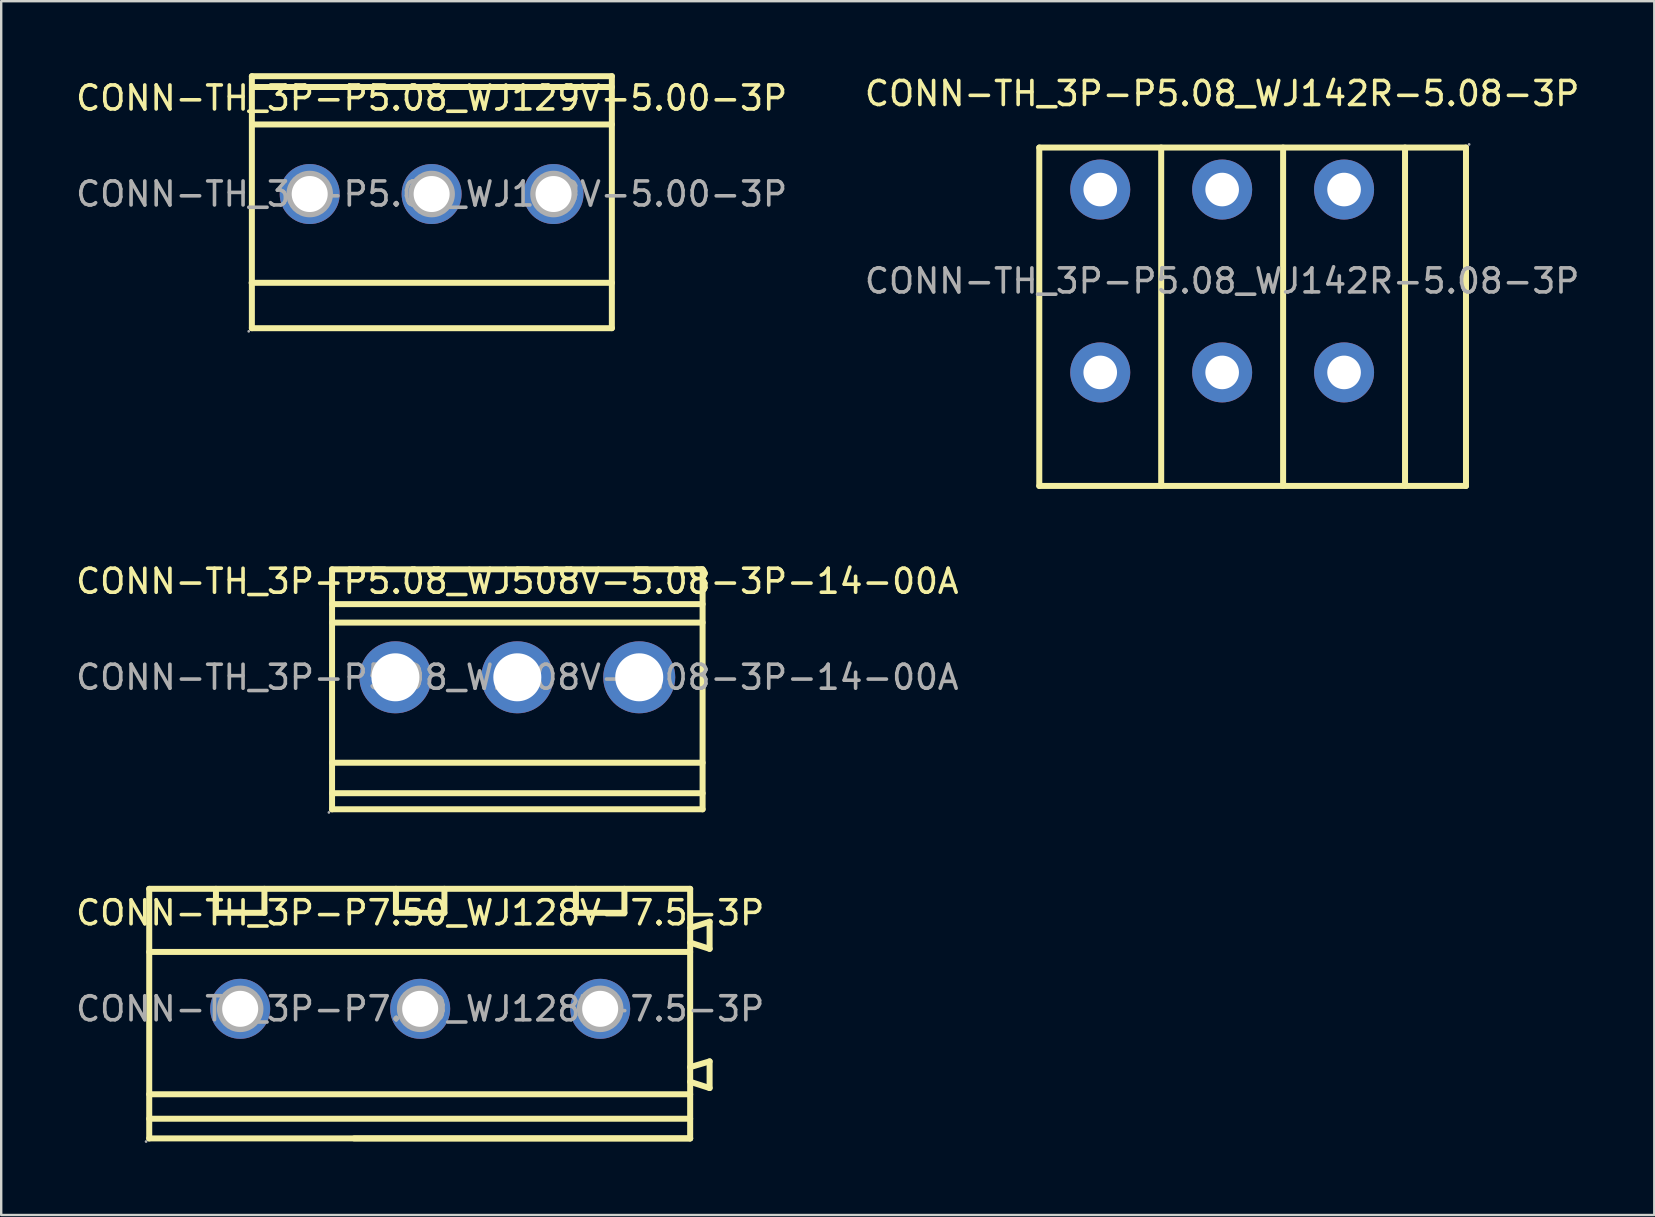
<source format=kicad_pcb>
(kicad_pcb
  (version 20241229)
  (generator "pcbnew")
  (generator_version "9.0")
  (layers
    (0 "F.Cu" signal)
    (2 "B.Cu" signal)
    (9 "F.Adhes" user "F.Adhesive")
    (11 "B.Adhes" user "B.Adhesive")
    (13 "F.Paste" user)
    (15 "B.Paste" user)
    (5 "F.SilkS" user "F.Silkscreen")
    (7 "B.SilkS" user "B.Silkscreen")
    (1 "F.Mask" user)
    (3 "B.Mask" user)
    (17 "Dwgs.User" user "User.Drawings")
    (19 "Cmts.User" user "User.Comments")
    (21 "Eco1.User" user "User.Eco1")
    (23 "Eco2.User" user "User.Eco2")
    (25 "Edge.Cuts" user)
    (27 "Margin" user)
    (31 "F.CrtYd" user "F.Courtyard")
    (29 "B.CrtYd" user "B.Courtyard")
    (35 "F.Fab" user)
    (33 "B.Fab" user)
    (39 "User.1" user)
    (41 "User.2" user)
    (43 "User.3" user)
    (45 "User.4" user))
  (footprint "CONN-TH_3P-P7.50_WJ128V-7.5-3P"
    (layer "F.Cu")
    (at 14.458 38.986)
    (property "Reference" "CONN-TH_3P-P7.50_WJ128V-7.5-3P" (at 0 -4 0) (layer "F.SilkS") (effects (font (size 1 1) (thickness 0.15))))
    (attr through_hole)
    (fp_line (start -11.29 -5) (end 11.25 -5) (stroke (width 0.25) (type solid)) (layer "F.SilkS"))
    (fp_line (start -11.29 -2.37) (end 11.25 -2.37) (stroke (width 0.25) (type solid)) (layer "F.SilkS"))
    (fp_line (start -11.29 5.4) (end -11.29 -5) (stroke (width 0.25) (type solid)) (layer "F.SilkS"))
    (fp_line (start -11.29 5.4) (end 11.25 5.4) (stroke (width 0.25) (type solid)) (layer "F.SilkS"))
    (fp_line (start -8.51 -4) (end -8.51 -5) (stroke (width 0.25) (type solid)) (layer "F.SilkS"))
    (fp_line (start -6.49 -5) (end -6.49 -4) (stroke (width 0.25) (type solid)) (layer "F.SilkS"))
    (fp_line (start -6.49 -4) (end -8.51 -4) (stroke (width 0.25) (type solid)) (layer "F.SilkS"))
    (fp_line (start -2.75 5.4) (end 11.25 5.4) (stroke (width 0.25) (type solid)) (layer "F.SilkS"))
    (fp_line (start -1.01 -4) (end -1.01 -5) (stroke (width 0.25) (type solid)) (layer "F.SilkS"))
    (fp_line (start 1.01 -5) (end 1.01 -4) (stroke (width 0.25) (type solid)) (layer "F.SilkS"))
    (fp_line (start 1.01 -4) (end -1.01 -4) (stroke (width 0.25) (type solid)) (layer "F.SilkS"))
    (fp_line (start 6.49 -5) (end 6.49 -4) (stroke (width 0.25) (type solid)) (layer "F.SilkS"))
    (fp_line (start 6.49 -4) (end 8.51 -4) (stroke (width 0.25) (type solid)) (layer "F.SilkS"))
    (fp_line (start 8.51 -4) (end 8.51 -5) (stroke (width 0.25) (type solid)) (layer "F.SilkS"))
    (fp_line (start 11.25 -3.37) (end 12.06 -3.63) (stroke (width 0.25) (type solid)) (layer "F.SilkS"))
    (fp_line (start 11.25 2.43) (end 12.06 2.19) (stroke (width 0.25) (type solid)) (layer "F.SilkS"))
    (fp_line (start 11.25 3.56) (end -11.29 3.56) (stroke (width 0.25) (type solid)) (layer "F.SilkS"))
    (fp_line (start 11.25 4.58) (end -11.29 4.58) (stroke (width 0.25) (type solid)) (layer "F.SilkS"))
    (fp_line (start 11.25 5.4) (end 11.25 -5) (stroke (width 0.25) (type solid)) (layer "F.SilkS"))
    (fp_line (start 12.06 -3.63) (end 12.06 -2.5) (stroke (width 0.25) (type solid)) (layer "F.SilkS"))
    (fp_line (start 12.06 -2.5) (end 11.25 -2.76) (stroke (width 0.25) (type solid)) (layer "F.SilkS"))
    (fp_line (start 12.06 3.3) (end 11.25 3.04) (stroke (width 0.25) (type solid)) (layer "F.SilkS"))
    (fp_line (start 12.06 3.3) (end 12.06 2.19) (stroke (width 0.25) (type solid)) (layer "F.SilkS"))
    (fp_circle (center -11.42 5.53) (end -11.39 5.53) (stroke (width 0.06) (type solid)) (fill no) (layer "F.Fab"))
    (fp_circle (center -7.5 0) (end -7.18 0) (stroke (width 0.65) (type solid)) (fill no) (layer "F.Fab"))
    (fp_circle (center 0 0) (end 0.32 0) (stroke (width 0.65) (type solid)) (fill no) (layer "F.Fab"))
    (fp_circle (center 7.5 0) (end 7.82 0) (stroke (width 0.65) (type solid)) (fill no) (layer "F.Fab"))
    (fp_text user "${REFERENCE}" (at 0 0 0) (layer "F.Fab") (effects (font (size 1 1) (thickness 0.15))))
    (pad "1" thru_hole circle (at -7.5 0) (size 2.5 2.5) (drill 1.5) (layers "*.Cu" "*.Paste" "*.Mask"))
    (pad "2" thru_hole circle (at 0 0) (size 2.5 2.5) (drill 1.5) (layers "*.Cu" "*.Paste" "*.Mask"))
    (pad "3" thru_hole circle (at 7.5 0) (size 2.5 2.5) (drill 1.5) (layers "*.Cu" "*.Paste" "*.Mask")))
  (footprint "CONN-TH_3P-P5.08_WJ142R-5.08-3P"
    (layer "F.Cu")
    (at 47.875 8.658)
    (property "Reference" "CONN-TH_3P-P5.08_WJ142R-5.08-3P" (at 0 -7.81 0) (layer "F.SilkS") (effects (font (size 1 1) (thickness 0.15))))
    (attr through_hole)
    (fp_line (start -7.62 -5.56) (end 10.16 -5.56) (stroke (width 0.25) (type solid)) (layer "F.SilkS"))
    (fp_line (start -7.62 8.54) (end -7.62 -5.56) (stroke (width 0.25) (type solid)) (layer "F.SilkS"))
    (fp_line (start -7.62 8.54) (end 10.16 8.54) (stroke (width 0.25) (type solid)) (layer "F.SilkS"))
    (fp_line (start -2.54 8.54) (end -2.54 -5.56) (stroke (width 0.25) (type solid)) (layer "F.SilkS"))
    (fp_line (start 2.54 8.54) (end 2.54 -5.56) (stroke (width 0.25) (type solid)) (layer "F.SilkS"))
    (fp_line (start 7.62 8.54) (end 7.62 -5.56) (stroke (width 0.25) (type solid)) (layer "F.SilkS"))
    (fp_line (start 10.16 8.54) (end 10.16 -5.56) (stroke (width 0.25) (type solid)) (layer "F.SilkS"))
    (fp_circle (center -5.08 -3.81) (end -4.78 -3.81) (stroke (width 0.6) (type solid)) (fill no) (layer "F.Fab"))
    (fp_circle (center -5.08 3.81) (end -4.78 3.81) (stroke (width 0.6) (type solid)) (fill no) (layer "F.Fab"))
    (fp_circle (center 0 -3.81) (end 0.3 -3.81) (stroke (width 0.6) (type solid)) (fill no) (layer "F.Fab"))
    (fp_circle (center 0 3.81) (end 0.3 3.81) (stroke (width 0.6) (type solid)) (fill no) (layer "F.Fab"))
    (fp_circle (center 5.08 -3.81) (end 5.38 -3.81) (stroke (width 0.6) (type solid)) (fill no) (layer "F.Fab"))
    (fp_circle (center 5.08 3.81) (end 5.38 3.81) (stroke (width 0.6) (type solid)) (fill no) (layer "F.Fab"))
    (fp_circle (center 10.29 -5.69) (end 10.32 -5.69) (stroke (width 0.06) (type solid)) (fill no) (layer "F.Fab"))
    (fp_text user "${REFERENCE}" (at 0 0 0) (layer "F.Fab") (effects (font (size 1 1) (thickness 0.15))))
    (pad "1" thru_hole circle (at 5.08 -3.81 180) (size 2.5 2.5) (drill 1.4) (layers "*.Cu" "*.Paste" "*.Mask"))
    (pad "1" thru_hole circle (at 5.08 3.81 180) (size 2.5 2.5) (drill 1.4) (layers "*.Cu" "*.Paste" "*.Mask"))
    (pad "2" thru_hole circle (at 0 -3.81 180) (size 2.5 2.5) (drill 1.4) (layers "*.Cu" "*.Paste" "*.Mask"))
    (pad "2" thru_hole circle (at 0 3.81 180) (size 2.5 2.5) (drill 1.4) (layers "*.Cu" "*.Paste" "*.Mask"))
    (pad "3" thru_hole circle (at -5.08 -3.81 180) (size 2.5 2.5) (drill 1.4) (layers "*.Cu" "*.Paste" "*.Mask"))
    (pad "3" thru_hole circle (at -5.08 3.81 180) (size 2.5 2.5) (drill 1.4) (layers "*.Cu" "*.Paste" "*.Mask")))
  (footprint "CONN-TH_3P-P5.08_WJ129V-5.00-3P"
    (layer "F.Cu")
    (at 14.935 5.035)
    (property "Reference" "CONN-TH_3P-P5.08_WJ129V-5.00-3P" (at 0 -4 0) (layer "F.SilkS") (effects (font (size 1 1) (thickness 0.15))))
    (attr through_hole)
    (fp_line (start -7.5 3.7) (end 7.51 3.7) (stroke (width 0.25) (type solid)) (layer "F.SilkS"))
    (fp_line (start -7.49 -4.91) (end -7.49 5.59) (stroke (width 0.25) (type solid)) (layer "F.SilkS"))
    (fp_line (start -7.49 -4.91) (end 7.51 -4.91) (stroke (width 0.25) (type solid)) (layer "F.SilkS"))
    (fp_line (start -7.49 5.59) (end 7.51 5.59) (stroke (width 0.25) (type solid)) (layer "F.SilkS"))
    (fp_line (start -7.48 -4.46) (end 7.51 -4.46) (stroke (width 0.25) (type solid)) (layer "F.SilkS"))
    (fp_line (start -7.47 -2.9) (end 7.51 -2.9) (stroke (width 0.25) (type solid)) (layer "F.SilkS"))
    (fp_line (start 7.51 -4.91) (end 7.51 5.59) (stroke (width 0.25) (type solid)) (layer "F.SilkS"))
    (fp_circle (center -7.62 5.72) (end -7.59 5.72) (stroke (width 0.06) (type solid)) (fill no) (layer "F.Fab"))
    (fp_circle (center -5.08 0) (end -4.76 0) (stroke (width 0.65) (type solid)) (fill no) (layer "F.Fab"))
    (fp_circle (center 0 0) (end 0.32 0) (stroke (width 0.65) (type solid)) (fill no) (layer "F.Fab"))
    (fp_circle (center 5.08 0) (end 5.4 0) (stroke (width 0.65) (type solid)) (fill no) (layer "F.Fab"))
    (fp_text user "${REFERENCE}" (at 0 0 0) (layer "F.Fab") (effects (font (size 1 1) (thickness 0.15))))
    (pad "1" thru_hole circle (at -5.08 0) (size 2.5 2.5) (drill 1.5) (layers "*.Cu" "*.Paste" "*.Mask"))
    (pad "2" thru_hole circle (at 0 0) (size 2.5 2.5) (drill 1.5) (layers "*.Cu" "*.Paste" "*.Mask"))
    (pad "3" thru_hole circle (at 5.08 0) (size 2.5 2.5) (drill 1.5) (layers "*.Cu" "*.Paste" "*.Mask")))
  (footprint "CONN-TH_3P-P5.08_WJ508V-5.08-3P-14-00A"
    (layer "F.Cu")
    (at 18.506 25.172)
    (property "Reference" "CONN-TH_3P-P5.08_WJ508V-5.08-3P-14-00A" (at 0 -4 0) (layer "F.SilkS") (effects (font (size 1 1) (thickness 0.15))))
    (attr through_hole)
    (fp_line (start -7.72 -4.5) (end 7.72 -4.5) (stroke (width 0.25) (type solid)) (layer "F.SilkS"))
    (fp_line (start -7.72 -3.05) (end 7.72 -3.05) (stroke (width 0.25) (type solid)) (layer "F.SilkS"))
    (fp_line (start -7.72 -2.28) (end 7.72 -2.28) (stroke (width 0.25) (type solid)) (layer "F.SilkS"))
    (fp_line (start -7.72 3.56) (end 7.72 3.56) (stroke (width 0.25) (type solid)) (layer "F.SilkS"))
    (fp_line (start -7.72 4.83) (end 7.72 4.83) (stroke (width 0.25) (type solid)) (layer "F.SilkS"))
    (fp_line (start -7.72 5.5) (end -7.72 -4.5) (stroke (width 0.25) (type solid)) (layer "F.SilkS"))
    (fp_line (start 7.72 -4.5) (end 7.72 5.5) (stroke (width 0.25) (type solid)) (layer "F.SilkS"))
    (fp_line (start 7.72 5.5) (end -7.72 5.5) (stroke (width 0.25) (type solid)) (layer "F.SilkS"))
    (fp_circle (center -7.85 5.63) (end -7.82 5.63) (stroke (width 0.06) (type solid)) (fill no) (layer "F.Fab"))
    (fp_circle (center -5.08 0) (end -4.63 0) (stroke (width 0.9) (type solid)) (fill no) (layer "F.Fab"))
    (fp_circle (center 0 0) (end 0.45 0) (stroke (width 0.9) (type solid)) (fill no) (layer "F.Fab"))
    (fp_circle (center 5.08 0) (end 5.53 0) (stroke (width 0.9) (type solid)) (fill no) (layer "F.Fab"))
    (fp_text user "${REFERENCE}" (at 0 0 0) (layer "F.Fab") (effects (font (size 1 1) (thickness 0.15))))
    (pad "1" thru_hole circle (at -5.08 0) (size 3 3) (drill 2) (layers "*.Cu" "*.Paste" "*.Mask"))
    (pad "2" thru_hole circle (at 0 0) (size 3 3) (drill 2) (layers "*.Cu" "*.Paste" "*.Mask"))
    (pad "3" thru_hole circle (at 5.08 0) (size 3 3) (drill 2) (layers "*.Cu" "*.Paste" "*.Mask")))
  (gr_rect
    (start -3 -3)
    (end 65.881 47.577)
    (stroke (width 0.1) (type default))
    (fill no)
    (layer "Edge.Cuts")))
</source>
